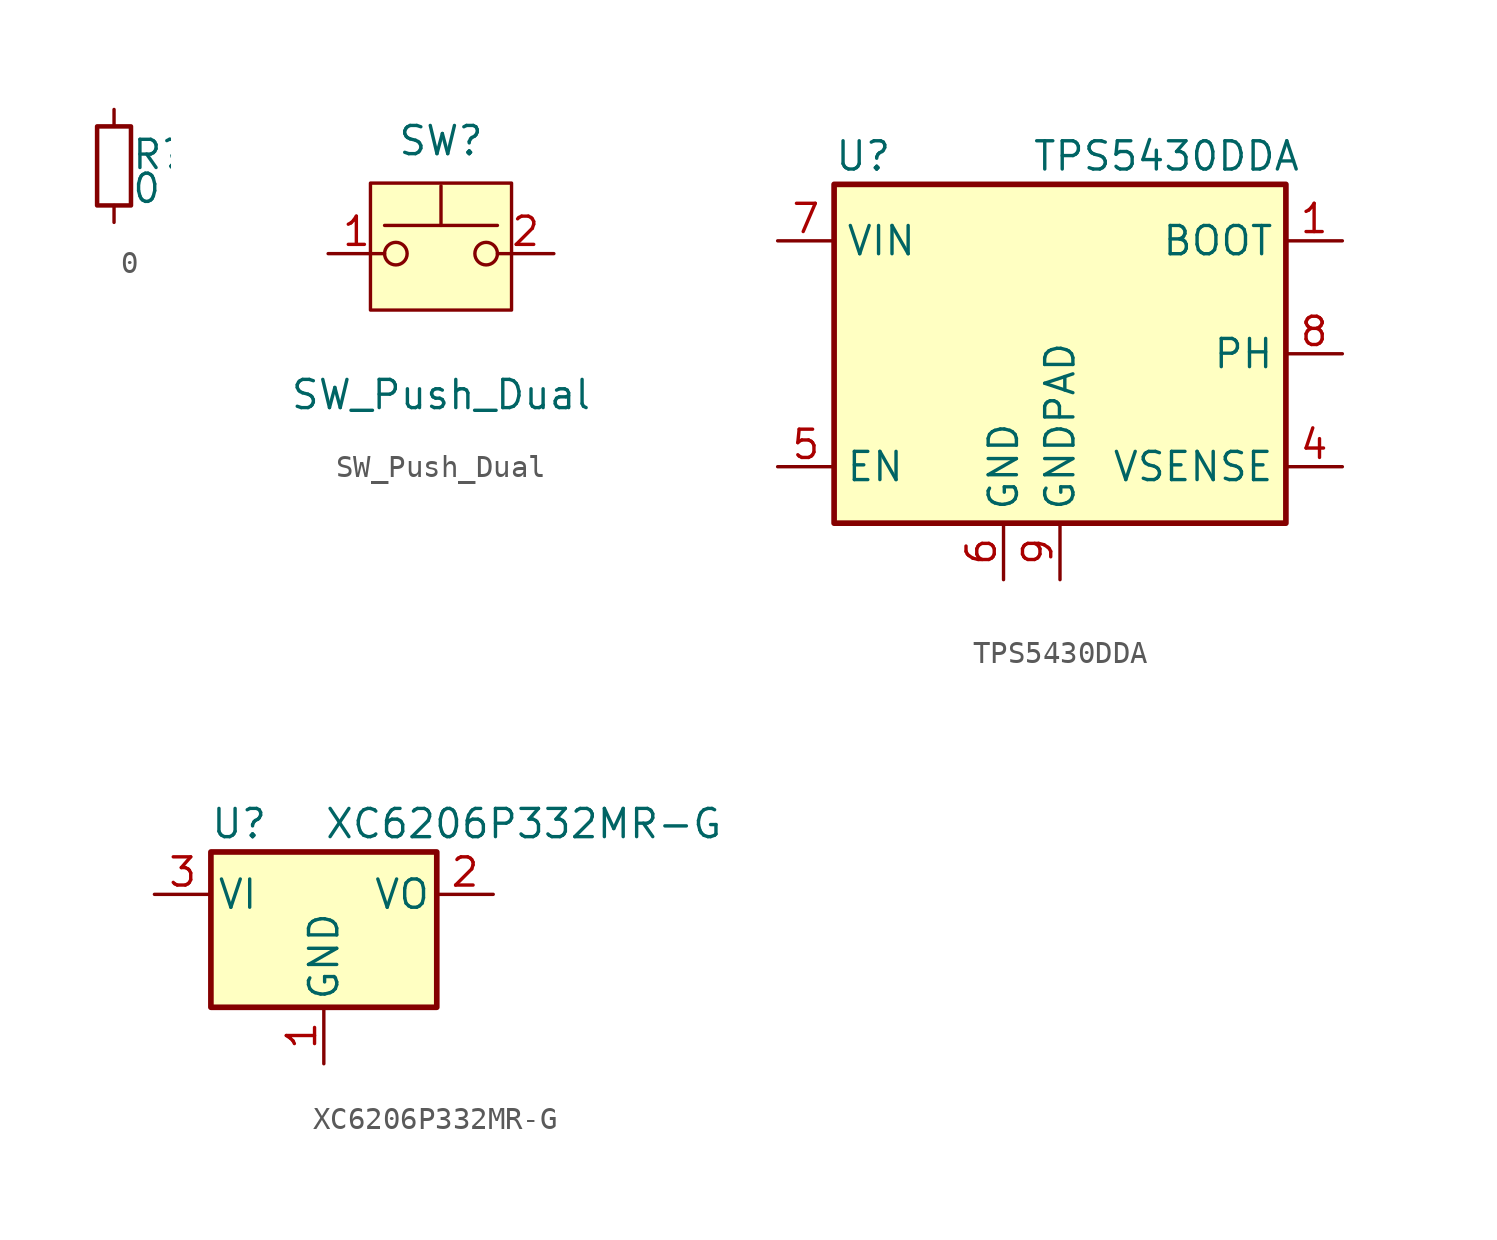
<source format=kicad_sym>
(kicad_symbol_lib
  (version 20231120)
  (generator "kicad_symbol_editor")
  (generator_version "8.0")
  (symbol "0"
    (property "Reference" "R"
      (at 0.762 0.508 0)
      (effects (font (size 1.27 1.27)) (justify left)))
    (property "Value" "0"
      (at 0.762 -1.016 0)
      (effects (font (size 1.27 1.27)) (justify left)))
    (property "ki_locked" ""
      (at 0 0 0)
      (effects (font (size 1.27 1.27))))
    (symbol "0_0_0"
      (rectangle (start -0.762 1.778) (end 0.762 -1.778) (stroke (width 0.203) (type default)) (fill (type none)))
      (pin passive line (at 0 2.54 270) (length 0.762) (name "~" (effects (font (size 0 0)))) (number "1" (effects (font (size 0 0)))))
      (pin passive line (at 0 -2.54 90) (length 0.762) (name "~" (effects (font (size 0 0)))) (number "2" (effects (font (size 0 0)))))))
  (symbol "SW_Push_Dual"
    (pin_names
      (offset 1.016) hide)
    (property "Reference" "SW"
      (at 0 5.08 0)
      (effects (font (size 1.27 1.27))))
    (property "Value" "SW_Push_Dual"
      (at 0 -6.35 0)
      (effects (font (size 1.27 1.27))))
    (symbol "SW_Push_Dual_0_1"
      (circle (center -2.032 0) (radius 0.508) (stroke (width 0) (type default)) (fill (type none)))
      (polyline (pts (xy 0 1.27) (xy 0 3.048)) (stroke (width 0) (type default)) (fill (type none)))
      (polyline (pts (xy 2.54 1.27) (xy -2.54 1.27)) (stroke (width 0) (type default)) (fill (type none)))
      (circle (center 2.032 0) (radius 0.508) (stroke (width 0) (type default)) (fill (type none)))
      (pin passive line (at -5.08 0 0) (length 2.54) (name "1" (effects (font (size 1.27 1.27)))) (number "1" (effects (font (size 1.27 1.27)))))
      (pin passive line (at 5.08 0 180) (length 2.54) (name "2" (effects (font (size 1.27 1.27)))) (number "2" (effects (font (size 1.27 1.27))))))
    (symbol "SW_Push_Dual_1_1"
      (rectangle (start -3.175 3.175) (end 3.175 -2.54) (stroke (width 0) (type default)) (fill (type background)))))
  (symbol "TPS5430DDA"
    (property "Reference" "U"
      (at -10.16 8.89 0)
      (effects (font (size 1.27 1.27)) (justify left)))
    (property "Value" "TPS5430DDA"
      (at -1.27 8.89 0)
      (effects (font (size 1.27 1.27)) (justify left)))
    (symbol "TPS5430DDA_0_1"
      (rectangle (start -10.16 7.62) (end 10.16 -7.62) (stroke (width 0.254) (type default)) (fill (type background))))
    (symbol "TPS5430DDA_1_1"
      (pin input line (at 12.7 5.08 180) (length 2.54) (name "BOOT" (effects (font (size 1.27 1.27)))) (number "1" (effects (font (size 1.27 1.27)))))
      (pin no_connect line (at -10.16 2.54 0) (length 2.54) hide (name "NC" (effects (font (size 1.27 1.27)))) (number "2" (effects (font (size 1.27 1.27)))))
      (pin no_connect line (at -10.16 -2.54 0) (length 2.54) hide (name "NC" (effects (font (size 1.27 1.27)))) (number "3" (effects (font (size 1.27 1.27)))))
      (pin input line (at 12.7 -5.08 180) (length 2.54) (name "VSENSE" (effects (font (size 1.27 1.27)))) (number "4" (effects (font (size 1.27 1.27)))))
      (pin input line (at -12.7 -5.08 0) (length 2.54) (name "EN" (effects (font (size 1.27 1.27)))) (number "5" (effects (font (size 1.27 1.27)))))
      (pin power_in line (at -2.54 -10.16 90) (length 2.54) (name "GND" (effects (font (size 1.27 1.27)))) (number "6" (effects (font (size 1.27 1.27)))))
      (pin power_in line (at -12.7 5.08 0) (length 2.54) (name "VIN" (effects (font (size 1.27 1.27)))) (number "7" (effects (font (size 1.27 1.27)))))
      (pin output line (at 12.7 0 180) (length 2.54) (name "PH" (effects (font (size 1.27 1.27)))) (number "8" (effects (font (size 1.27 1.27)))))
      (pin power_in line (at 0 -10.16 90) (length 2.54) (name "GNDPAD" (effects (font (size 1.27 1.27)))) (number "9" (effects (font (size 1.27 1.27)))))))
  (symbol "XC6206P332MR-G"
    (pin_names
      (offset 0.254))
    (property "Reference" "U"
      (at -3.81 3.175 0)
      (effects (font (size 1.27 1.27))))
    (property "Value" "XC6206P332MR-G"
      (at 0 3.175 0)
      (effects (font (size 1.27 1.27)) (justify left)))
    (symbol "XC6206P332MR-G_0_1"
      (rectangle (start -5.08 1.905) (end 5.08 -5.08) (stroke (width 0.254) (type default)) (fill (type background))))
    (symbol "XC6206P332MR-G_1_1"
      (pin power_in line (at 0 -7.62 90) (length 2.54) (name "GND" (effects (font (size 1.27 1.27)))) (number "1" (effects (font (size 1.27 1.27)))))
      (pin power_out line (at 7.62 0 180) (length 2.54) (name "VO" (effects (font (size 1.27 1.27)))) (number "2" (effects (font (size 1.27 1.27)))))
      (pin power_in line (at -7.62 0 0) (length 2.54) (name "VI" (effects (font (size 1.27 1.27)))) (number "3" (effects (font (size 1.27 1.27))))))))
</source>
